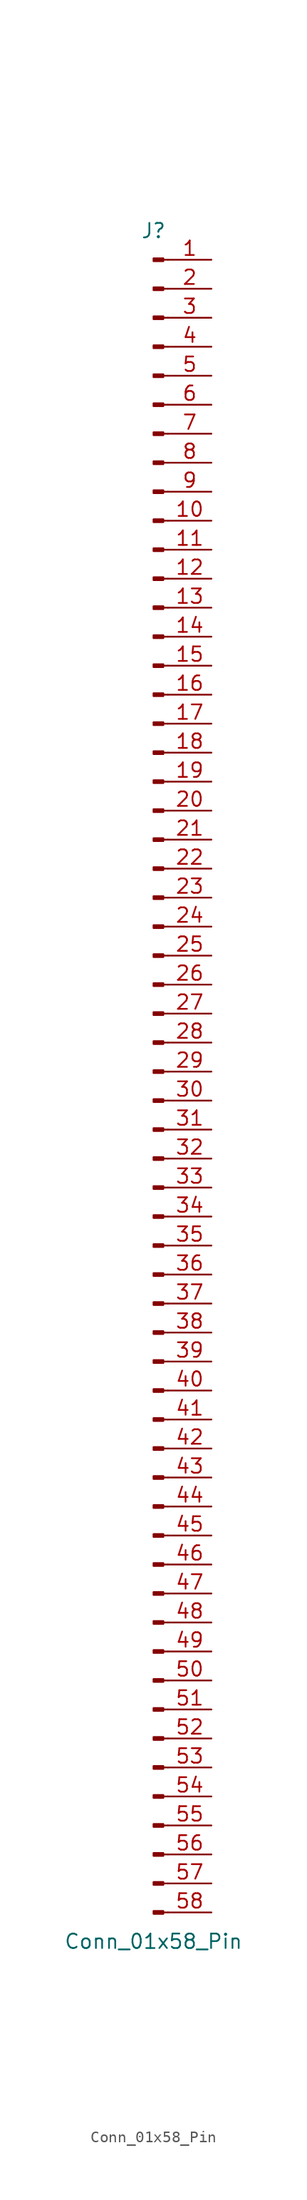
<source format=kicad_sym>
(kicad_symbol_lib
  (version 20241209)
  (generator "kicad_symbol_editor")
  (generator_version "9.0")
  (symbol "Conn_01x58_Pin"
    (pin_names
      (offset 1.016)
      (hide yes))
    (property "Reference" "J"
      (at 0 73.66 0)
      (effects (font (size 1.27 1.27))))
    (property "Value" "Conn_01x58_Pin"
      (at 0 -76.2 0)
      (effects (font (size 1.27 1.27))))
    (property "ki_locked" ""
      (at 0 0 0)
      (effects (font (size 1.27 1.27))))
    (symbol "Conn_01x58_Pin_1_1"
      (rectangle (start 0.864 71.247) (end 0 70.993) (stroke (width 0.152) (type default)) (fill (type outline)))
      (rectangle (start 0.864 68.707) (end 0 68.453) (stroke (width 0.152) (type default)) (fill (type outline)))
      (rectangle (start 0.864 66.167) (end 0 65.913) (stroke (width 0.152) (type default)) (fill (type outline)))
      (rectangle (start 0.864 63.627) (end 0 63.373) (stroke (width 0.152) (type default)) (fill (type outline)))
      (rectangle (start 0.864 61.087) (end 0 60.833) (stroke (width 0.152) (type default)) (fill (type outline)))
      (rectangle (start 0.864 58.547) (end 0 58.293) (stroke (width 0.152) (type default)) (fill (type outline)))
      (rectangle (start 0.864 56.007) (end 0 55.753) (stroke (width 0.152) (type default)) (fill (type outline)))
      (rectangle (start 0.864 53.467) (end 0 53.213) (stroke (width 0.152) (type default)) (fill (type outline)))
      (rectangle (start 0.864 50.927) (end 0 50.673) (stroke (width 0.152) (type default)) (fill (type outline)))
      (rectangle (start 0.864 48.387) (end 0 48.133) (stroke (width 0.152) (type default)) (fill (type outline)))
      (rectangle (start 0.864 45.847) (end 0 45.593) (stroke (width 0.152) (type default)) (fill (type outline)))
      (rectangle (start 0.864 43.307) (end 0 43.053) (stroke (width 0.152) (type default)) (fill (type outline)))
      (rectangle (start 0.864 40.767) (end 0 40.513) (stroke (width 0.152) (type default)) (fill (type outline)))
      (rectangle (start 0.864 38.227) (end 0 37.973) (stroke (width 0.152) (type default)) (fill (type outline)))
      (rectangle (start 0.864 35.687) (end 0 35.433) (stroke (width 0.152) (type default)) (fill (type outline)))
      (rectangle (start 0.864 33.147) (end 0 32.893) (stroke (width 0.152) (type default)) (fill (type outline)))
      (rectangle (start 0.864 30.607) (end 0 30.353) (stroke (width 0.152) (type default)) (fill (type outline)))
      (rectangle (start 0.864 28.067) (end 0 27.813) (stroke (width 0.152) (type default)) (fill (type outline)))
      (rectangle (start 0.864 25.527) (end 0 25.273) (stroke (width 0.152) (type default)) (fill (type outline)))
      (rectangle (start 0.864 22.987) (end 0 22.733) (stroke (width 0.152) (type default)) (fill (type outline)))
      (rectangle (start 0.864 20.447) (end 0 20.193) (stroke (width 0.152) (type default)) (fill (type outline)))
      (rectangle (start 0.864 17.907) (end 0 17.653) (stroke (width 0.152) (type default)) (fill (type outline)))
      (rectangle (start 0.864 15.367) (end 0 15.113) (stroke (width 0.152) (type default)) (fill (type outline)))
      (rectangle (start 0.864 12.827) (end 0 12.573) (stroke (width 0.152) (type default)) (fill (type outline)))
      (rectangle (start 0.864 10.287) (end 0 10.033) (stroke (width 0.152) (type default)) (fill (type outline)))
      (rectangle (start 0.864 7.747) (end 0 7.493) (stroke (width 0.152) (type default)) (fill (type outline)))
      (rectangle (start 0.864 5.207) (end 0 4.953) (stroke (width 0.152) (type default)) (fill (type outline)))
      (rectangle (start 0.864 2.667) (end 0 2.413) (stroke (width 0.152) (type default)) (fill (type outline)))
      (rectangle (start 0.864 0.127) (end 0 -0.127) (stroke (width 0.152) (type default)) (fill (type outline)))
      (rectangle (start 0.864 -2.413) (end 0 -2.667) (stroke (width 0.152) (type default)) (fill (type outline)))
      (rectangle (start 0.864 -4.953) (end 0 -5.207) (stroke (width 0.152) (type default)) (fill (type outline)))
      (rectangle (start 0.864 -7.493) (end 0 -7.747) (stroke (width 0.152) (type default)) (fill (type outline)))
      (rectangle (start 0.864 -10.033) (end 0 -10.287) (stroke (width 0.152) (type default)) (fill (type outline)))
      (rectangle (start 0.864 -12.573) (end 0 -12.827) (stroke (width 0.152) (type default)) (fill (type outline)))
      (rectangle (start 0.864 -15.113) (end 0 -15.367) (stroke (width 0.152) (type default)) (fill (type outline)))
      (rectangle (start 0.864 -17.653) (end 0 -17.907) (stroke (width 0.152) (type default)) (fill (type outline)))
      (rectangle (start 0.864 -20.193) (end 0 -20.447) (stroke (width 0.152) (type default)) (fill (type outline)))
      (rectangle (start 0.864 -22.733) (end 0 -22.987) (stroke (width 0.152) (type default)) (fill (type outline)))
      (rectangle (start 0.864 -25.273) (end 0 -25.527) (stroke (width 0.152) (type default)) (fill (type outline)))
      (rectangle (start 0.864 -27.813) (end 0 -28.067) (stroke (width 0.152) (type default)) (fill (type outline)))
      (rectangle (start 0.864 -30.353) (end 0 -30.607) (stroke (width 0.152) (type default)) (fill (type outline)))
      (rectangle (start 0.864 -32.893) (end 0 -33.147) (stroke (width 0.152) (type default)) (fill (type outline)))
      (rectangle (start 0.864 -35.433) (end 0 -35.687) (stroke (width 0.152) (type default)) (fill (type outline)))
      (rectangle (start 0.864 -37.973) (end 0 -38.227) (stroke (width 0.152) (type default)) (fill (type outline)))
      (rectangle (start 0.864 -40.513) (end 0 -40.767) (stroke (width 0.152) (type default)) (fill (type outline)))
      (rectangle (start 0.864 -43.053) (end 0 -43.307) (stroke (width 0.152) (type default)) (fill (type outline)))
      (rectangle (start 0.864 -45.593) (end 0 -45.847) (stroke (width 0.152) (type default)) (fill (type outline)))
      (rectangle (start 0.864 -48.133) (end 0 -48.387) (stroke (width 0.152) (type default)) (fill (type outline)))
      (rectangle (start 0.864 -50.673) (end 0 -50.927) (stroke (width 0.152) (type default)) (fill (type outline)))
      (rectangle (start 0.864 -53.213) (end 0 -53.467) (stroke (width 0.152) (type default)) (fill (type outline)))
      (rectangle (start 0.864 -55.753) (end 0 -56.007) (stroke (width 0.152) (type default)) (fill (type outline)))
      (rectangle (start 0.864 -58.293) (end 0 -58.547) (stroke (width 0.152) (type default)) (fill (type outline)))
      (rectangle (start 0.864 -60.833) (end 0 -61.087) (stroke (width 0.152) (type default)) (fill (type outline)))
      (rectangle (start 0.864 -63.373) (end 0 -63.627) (stroke (width 0.152) (type default)) (fill (type outline)))
      (rectangle (start 0.864 -65.913) (end 0 -66.167) (stroke (width 0.152) (type default)) (fill (type outline)))
      (rectangle (start 0.864 -68.453) (end 0 -68.707) (stroke (width 0.152) (type default)) (fill (type outline)))
      (rectangle (start 0.864 -70.993) (end 0 -71.247) (stroke (width 0.152) (type default)) (fill (type outline)))
      (rectangle (start 0.864 -73.533) (end 0 -73.787) (stroke (width 0.152) (type default)) (fill (type outline)))
      (polyline (pts (xy 1.27 71.12) (xy 0.864 71.12)) (stroke (width 0.152) (type default)) (fill (type none)))
      (polyline (pts (xy 1.27 68.58) (xy 0.864 68.58)) (stroke (width 0.152) (type default)) (fill (type none)))
      (polyline (pts (xy 1.27 66.04) (xy 0.864 66.04)) (stroke (width 0.152) (type default)) (fill (type none)))
      (polyline (pts (xy 1.27 63.5) (xy 0.864 63.5)) (stroke (width 0.152) (type default)) (fill (type none)))
      (polyline (pts (xy 1.27 60.96) (xy 0.864 60.96)) (stroke (width 0.152) (type default)) (fill (type none)))
      (polyline (pts (xy 1.27 58.42) (xy 0.864 58.42)) (stroke (width 0.152) (type default)) (fill (type none)))
      (polyline (pts (xy 1.27 55.88) (xy 0.864 55.88)) (stroke (width 0.152) (type default)) (fill (type none)))
      (polyline (pts (xy 1.27 53.34) (xy 0.864 53.34)) (stroke (width 0.152) (type default)) (fill (type none)))
      (polyline (pts (xy 1.27 50.8) (xy 0.864 50.8)) (stroke (width 0.152) (type default)) (fill (type none)))
      (polyline (pts (xy 1.27 48.26) (xy 0.864 48.26)) (stroke (width 0.152) (type default)) (fill (type none)))
      (polyline (pts (xy 1.27 45.72) (xy 0.864 45.72)) (stroke (width 0.152) (type default)) (fill (type none)))
      (polyline (pts (xy 1.27 43.18) (xy 0.864 43.18)) (stroke (width 0.152) (type default)) (fill (type none)))
      (polyline (pts (xy 1.27 40.64) (xy 0.864 40.64)) (stroke (width 0.152) (type default)) (fill (type none)))
      (polyline (pts (xy 1.27 38.1) (xy 0.864 38.1)) (stroke (width 0.152) (type default)) (fill (type none)))
      (polyline (pts (xy 1.27 35.56) (xy 0.864 35.56)) (stroke (width 0.152) (type default)) (fill (type none)))
      (polyline (pts (xy 1.27 33.02) (xy 0.864 33.02)) (stroke (width 0.152) (type default)) (fill (type none)))
      (polyline (pts (xy 1.27 30.48) (xy 0.864 30.48)) (stroke (width 0.152) (type default)) (fill (type none)))
      (polyline (pts (xy 1.27 27.94) (xy 0.864 27.94)) (stroke (width 0.152) (type default)) (fill (type none)))
      (polyline (pts (xy 1.27 25.4) (xy 0.864 25.4)) (stroke (width 0.152) (type default)) (fill (type none)))
      (polyline (pts (xy 1.27 22.86) (xy 0.864 22.86)) (stroke (width 0.152) (type default)) (fill (type none)))
      (polyline (pts (xy 1.27 20.32) (xy 0.864 20.32)) (stroke (width 0.152) (type default)) (fill (type none)))
      (polyline (pts (xy 1.27 17.78) (xy 0.864 17.78)) (stroke (width 0.152) (type default)) (fill (type none)))
      (polyline (pts (xy 1.27 15.24) (xy 0.864 15.24)) (stroke (width 0.152) (type default)) (fill (type none)))
      (polyline (pts (xy 1.27 12.7) (xy 0.864 12.7)) (stroke (width 0.152) (type default)) (fill (type none)))
      (polyline (pts (xy 1.27 10.16) (xy 0.864 10.16)) (stroke (width 0.152) (type default)) (fill (type none)))
      (polyline (pts (xy 1.27 7.62) (xy 0.864 7.62)) (stroke (width 0.152) (type default)) (fill (type none)))
      (polyline (pts (xy 1.27 5.08) (xy 0.864 5.08)) (stroke (width 0.152) (type default)) (fill (type none)))
      (polyline (pts (xy 1.27 2.54) (xy 0.864 2.54)) (stroke (width 0.152) (type default)) (fill (type none)))
      (polyline (pts (xy 1.27 0) (xy 0.864 0)) (stroke (width 0.152) (type default)) (fill (type none)))
      (polyline (pts (xy 1.27 -2.54) (xy 0.864 -2.54)) (stroke (width 0.152) (type default)) (fill (type none)))
      (polyline (pts (xy 1.27 -5.08) (xy 0.864 -5.08)) (stroke (width 0.152) (type default)) (fill (type none)))
      (polyline (pts (xy 1.27 -7.62) (xy 0.864 -7.62)) (stroke (width 0.152) (type default)) (fill (type none)))
      (polyline (pts (xy 1.27 -10.16) (xy 0.864 -10.16)) (stroke (width 0.152) (type default)) (fill (type none)))
      (polyline (pts (xy 1.27 -12.7) (xy 0.864 -12.7)) (stroke (width 0.152) (type default)) (fill (type none)))
      (polyline (pts (xy 1.27 -15.24) (xy 0.864 -15.24)) (stroke (width 0.152) (type default)) (fill (type none)))
      (polyline (pts (xy 1.27 -17.78) (xy 0.864 -17.78)) (stroke (width 0.152) (type default)) (fill (type none)))
      (polyline (pts (xy 1.27 -20.32) (xy 0.864 -20.32)) (stroke (width 0.152) (type default)) (fill (type none)))
      (polyline (pts (xy 1.27 -22.86) (xy 0.864 -22.86)) (stroke (width 0.152) (type default)) (fill (type none)))
      (polyline (pts (xy 1.27 -25.4) (xy 0.864 -25.4)) (stroke (width 0.152) (type default)) (fill (type none)))
      (polyline (pts (xy 1.27 -27.94) (xy 0.864 -27.94)) (stroke (width 0.152) (type default)) (fill (type none)))
      (polyline (pts (xy 1.27 -30.48) (xy 0.864 -30.48)) (stroke (width 0.152) (type default)) (fill (type none)))
      (polyline (pts (xy 1.27 -33.02) (xy 0.864 -33.02)) (stroke (width 0.152) (type default)) (fill (type none)))
      (polyline (pts (xy 1.27 -35.56) (xy 0.864 -35.56)) (stroke (width 0.152) (type default)) (fill (type none)))
      (polyline (pts (xy 1.27 -38.1) (xy 0.864 -38.1)) (stroke (width 0.152) (type default)) (fill (type none)))
      (polyline (pts (xy 1.27 -40.64) (xy 0.864 -40.64)) (stroke (width 0.152) (type default)) (fill (type none)))
      (polyline (pts (xy 1.27 -43.18) (xy 0.864 -43.18)) (stroke (width 0.152) (type default)) (fill (type none)))
      (polyline (pts (xy 1.27 -45.72) (xy 0.864 -45.72)) (stroke (width 0.152) (type default)) (fill (type none)))
      (polyline (pts (xy 1.27 -48.26) (xy 0.864 -48.26)) (stroke (width 0.152) (type default)) (fill (type none)))
      (polyline (pts (xy 1.27 -50.8) (xy 0.864 -50.8)) (stroke (width 0.152) (type default)) (fill (type none)))
      (polyline (pts (xy 1.27 -53.34) (xy 0.864 -53.34)) (stroke (width 0.152) (type default)) (fill (type none)))
      (polyline (pts (xy 1.27 -55.88) (xy 0.864 -55.88)) (stroke (width 0.152) (type default)) (fill (type none)))
      (polyline (pts (xy 1.27 -58.42) (xy 0.864 -58.42)) (stroke (width 0.152) (type default)) (fill (type none)))
      (polyline (pts (xy 1.27 -60.96) (xy 0.864 -60.96)) (stroke (width 0.152) (type default)) (fill (type none)))
      (polyline (pts (xy 1.27 -63.5) (xy 0.864 -63.5)) (stroke (width 0.152) (type default)) (fill (type none)))
      (polyline (pts (xy 1.27 -66.04) (xy 0.864 -66.04)) (stroke (width 0.152) (type default)) (fill (type none)))
      (polyline (pts (xy 1.27 -68.58) (xy 0.864 -68.58)) (stroke (width 0.152) (type default)) (fill (type none)))
      (polyline (pts (xy 1.27 -71.12) (xy 0.864 -71.12)) (stroke (width 0.152) (type default)) (fill (type none)))
      (polyline (pts (xy 1.27 -73.66) (xy 0.864 -73.66)) (stroke (width 0.152) (type default)) (fill (type none)))
      (pin passive line (at 5.08 71.12 180) (length 3.81) (name "Pin_1" (effects (font (size 1.27 1.27)))) (number "1" (effects (font (size 1.27 1.27)))))
      (pin passive line (at 5.08 68.58 180) (length 3.81) (name "Pin_2" (effects (font (size 1.27 1.27)))) (number "2" (effects (font (size 1.27 1.27)))))
      (pin passive line (at 5.08 66.04 180) (length 3.81) (name "Pin_3" (effects (font (size 1.27 1.27)))) (number "3" (effects (font (size 1.27 1.27)))))
      (pin passive line (at 5.08 63.5 180) (length 3.81) (name "Pin_4" (effects (font (size 1.27 1.27)))) (number "4" (effects (font (size 1.27 1.27)))))
      (pin passive line (at 5.08 60.96 180) (length 3.81) (name "Pin_5" (effects (font (size 1.27 1.27)))) (number "5" (effects (font (size 1.27 1.27)))))
      (pin passive line (at 5.08 58.42 180) (length 3.81) (name "Pin_6" (effects (font (size 1.27 1.27)))) (number "6" (effects (font (size 1.27 1.27)))))
      (pin passive line (at 5.08 55.88 180) (length 3.81) (name "Pin_7" (effects (font (size 1.27 1.27)))) (number "7" (effects (font (size 1.27 1.27)))))
      (pin passive line (at 5.08 53.34 180) (length 3.81) (name "Pin_8" (effects (font (size 1.27 1.27)))) (number "8" (effects (font (size 1.27 1.27)))))
      (pin passive line (at 5.08 50.8 180) (length 3.81) (name "Pin_9" (effects (font (size 1.27 1.27)))) (number "9" (effects (font (size 1.27 1.27)))))
      (pin passive line (at 5.08 48.26 180) (length 3.81) (name "Pin_10" (effects (font (size 1.27 1.27)))) (number "10" (effects (font (size 1.27 1.27)))))
      (pin passive line (at 5.08 45.72 180) (length 3.81) (name "Pin_11" (effects (font (size 1.27 1.27)))) (number "11" (effects (font (size 1.27 1.27)))))
      (pin passive line (at 5.08 43.18 180) (length 3.81) (name "Pin_12" (effects (font (size 1.27 1.27)))) (number "12" (effects (font (size 1.27 1.27)))))
      (pin passive line (at 5.08 40.64 180) (length 3.81) (name "Pin_13" (effects (font (size 1.27 1.27)))) (number "13" (effects (font (size 1.27 1.27)))))
      (pin passive line (at 5.08 38.1 180) (length 3.81) (name "Pin_14" (effects (font (size 1.27 1.27)))) (number "14" (effects (font (size 1.27 1.27)))))
      (pin passive line (at 5.08 35.56 180) (length 3.81) (name "Pin_15" (effects (font (size 1.27 1.27)))) (number "15" (effects (font (size 1.27 1.27)))))
      (pin passive line (at 5.08 33.02 180) (length 3.81) (name "Pin_16" (effects (font (size 1.27 1.27)))) (number "16" (effects (font (size 1.27 1.27)))))
      (pin passive line (at 5.08 30.48 180) (length 3.81) (name "Pin_17" (effects (font (size 1.27 1.27)))) (number "17" (effects (font (size 1.27 1.27)))))
      (pin passive line (at 5.08 27.94 180) (length 3.81) (name "Pin_18" (effects (font (size 1.27 1.27)))) (number "18" (effects (font (size 1.27 1.27)))))
      (pin passive line (at 5.08 25.4 180) (length 3.81) (name "Pin_19" (effects (font (size 1.27 1.27)))) (number "19" (effects (font (size 1.27 1.27)))))
      (pin passive line (at 5.08 22.86 180) (length 3.81) (name "Pin_20" (effects (font (size 1.27 1.27)))) (number "20" (effects (font (size 1.27 1.27)))))
      (pin passive line (at 5.08 20.32 180) (length 3.81) (name "Pin_21" (effects (font (size 1.27 1.27)))) (number "21" (effects (font (size 1.27 1.27)))))
      (pin passive line (at 5.08 17.78 180) (length 3.81) (name "Pin_22" (effects (font (size 1.27 1.27)))) (number "22" (effects (font (size 1.27 1.27)))))
      (pin passive line (at 5.08 15.24 180) (length 3.81) (name "Pin_23" (effects (font (size 1.27 1.27)))) (number "23" (effects (font (size 1.27 1.27)))))
      (pin passive line (at 5.08 12.7 180) (length 3.81) (name "Pin_24" (effects (font (size 1.27 1.27)))) (number "24" (effects (font (size 1.27 1.27)))))
      (pin passive line (at 5.08 10.16 180) (length 3.81) (name "Pin_25" (effects (font (size 1.27 1.27)))) (number "25" (effects (font (size 1.27 1.27)))))
      (pin passive line (at 5.08 7.62 180) (length 3.81) (name "Pin_26" (effects (font (size 1.27 1.27)))) (number "26" (effects (font (size 1.27 1.27)))))
      (pin passive line (at 5.08 5.08 180) (length 3.81) (name "Pin_27" (effects (font (size 1.27 1.27)))) (number "27" (effects (font (size 1.27 1.27)))))
      (pin passive line (at 5.08 2.54 180) (length 3.81) (name "Pin_28" (effects (font (size 1.27 1.27)))) (number "28" (effects (font (size 1.27 1.27)))))
      (pin passive line (at 5.08 0 180) (length 3.81) (name "Pin_29" (effects (font (size 1.27 1.27)))) (number "29" (effects (font (size 1.27 1.27)))))
      (pin passive line (at 5.08 -2.54 180) (length 3.81) (name "Pin_30" (effects (font (size 1.27 1.27)))) (number "30" (effects (font (size 1.27 1.27)))))
      (pin passive line (at 5.08 -5.08 180) (length 3.81) (name "Pin_31" (effects (font (size 1.27 1.27)))) (number "31" (effects (font (size 1.27 1.27)))))
      (pin passive line (at 5.08 -7.62 180) (length 3.81) (name "Pin_32" (effects (font (size 1.27 1.27)))) (number "32" (effects (font (size 1.27 1.27)))))
      (pin passive line (at 5.08 -10.16 180) (length 3.81) (name "Pin_33" (effects (font (size 1.27 1.27)))) (number "33" (effects (font (size 1.27 1.27)))))
      (pin passive line (at 5.08 -12.7 180) (length 3.81) (name "Pin_34" (effects (font (size 1.27 1.27)))) (number "34" (effects (font (size 1.27 1.27)))))
      (pin passive line (at 5.08 -15.24 180) (length 3.81) (name "Pin_35" (effects (font (size 1.27 1.27)))) (number "35" (effects (font (size 1.27 1.27)))))
      (pin passive line (at 5.08 -17.78 180) (length 3.81) (name "Pin_36" (effects (font (size 1.27 1.27)))) (number "36" (effects (font (size 1.27 1.27)))))
      (pin passive line (at 5.08 -20.32 180) (length 3.81) (name "Pin_37" (effects (font (size 1.27 1.27)))) (number "37" (effects (font (size 1.27 1.27)))))
      (pin passive line (at 5.08 -22.86 180) (length 3.81) (name "Pin_38" (effects (font (size 1.27 1.27)))) (number "38" (effects (font (size 1.27 1.27)))))
      (pin passive line (at 5.08 -25.4 180) (length 3.81) (name "Pin_39" (effects (font (size 1.27 1.27)))) (number "39" (effects (font (size 1.27 1.27)))))
      (pin passive line (at 5.08 -27.94 180) (length 3.81) (name "Pin_40" (effects (font (size 1.27 1.27)))) (number "40" (effects (font (size 1.27 1.27)))))
      (pin passive line (at 5.08 -30.48 180) (length 3.81) (name "Pin_41" (effects (font (size 1.27 1.27)))) (number "41" (effects (font (size 1.27 1.27)))))
      (pin passive line (at 5.08 -33.02 180) (length 3.81) (name "Pin_42" (effects (font (size 1.27 1.27)))) (number "42" (effects (font (size 1.27 1.27)))))
      (pin passive line (at 5.08 -35.56 180) (length 3.81) (name "Pin_43" (effects (font (size 1.27 1.27)))) (number "43" (effects (font (size 1.27 1.27)))))
      (pin passive line (at 5.08 -38.1 180) (length 3.81) (name "Pin_44" (effects (font (size 1.27 1.27)))) (number "44" (effects (font (size 1.27 1.27)))))
      (pin passive line (at 5.08 -40.64 180) (length 3.81) (name "Pin_45" (effects (font (size 1.27 1.27)))) (number "45" (effects (font (size 1.27 1.27)))))
      (pin passive line (at 5.08 -43.18 180) (length 3.81) (name "Pin_46" (effects (font (size 1.27 1.27)))) (number "46" (effects (font (size 1.27 1.27)))))
      (pin passive line (at 5.08 -45.72 180) (length 3.81) (name "Pin_47" (effects (font (size 1.27 1.27)))) (number "47" (effects (font (size 1.27 1.27)))))
      (pin passive line (at 5.08 -48.26 180) (length 3.81) (name "Pin_48" (effects (font (size 1.27 1.27)))) (number "48" (effects (font (size 1.27 1.27)))))
      (pin passive line (at 5.08 -50.8 180) (length 3.81) (name "Pin_49" (effects (font (size 1.27 1.27)))) (number "49" (effects (font (size 1.27 1.27)))))
      (pin passive line (at 5.08 -53.34 180) (length 3.81) (name "Pin_50" (effects (font (size 1.27 1.27)))) (number "50" (effects (font (size 1.27 1.27)))))
      (pin passive line (at 5.08 -55.88 180) (length 3.81) (name "Pin_51" (effects (font (size 1.27 1.27)))) (number "51" (effects (font (size 1.27 1.27)))))
      (pin passive line (at 5.08 -58.42 180) (length 3.81) (name "Pin_52" (effects (font (size 1.27 1.27)))) (number "52" (effects (font (size 1.27 1.27)))))
      (pin passive line (at 5.08 -60.96 180) (length 3.81) (name "Pin_53" (effects (font (size 1.27 1.27)))) (number "53" (effects (font (size 1.27 1.27)))))
      (pin passive line (at 5.08 -63.5 180) (length 3.81) (name "Pin_54" (effects (font (size 1.27 1.27)))) (number "54" (effects (font (size 1.27 1.27)))))
      (pin passive line (at 5.08 -66.04 180) (length 3.81) (name "Pin_55" (effects (font (size 1.27 1.27)))) (number "55" (effects (font (size 1.27 1.27)))))
      (pin passive line (at 5.08 -68.58 180) (length 3.81) (name "Pin_56" (effects (font (size 1.27 1.27)))) (number "56" (effects (font (size 1.27 1.27)))))
      (pin passive line (at 5.08 -71.12 180) (length 3.81) (name "Pin_57" (effects (font (size 1.27 1.27)))) (number "57" (effects (font (size 1.27 1.27)))))
      (pin passive line (at 5.08 -73.66 180) (length 3.81) (name "Pin_58" (effects (font (size 1.27 1.27)))) (number "58" (effects (font (size 1.27 1.27))))))))
</source>
